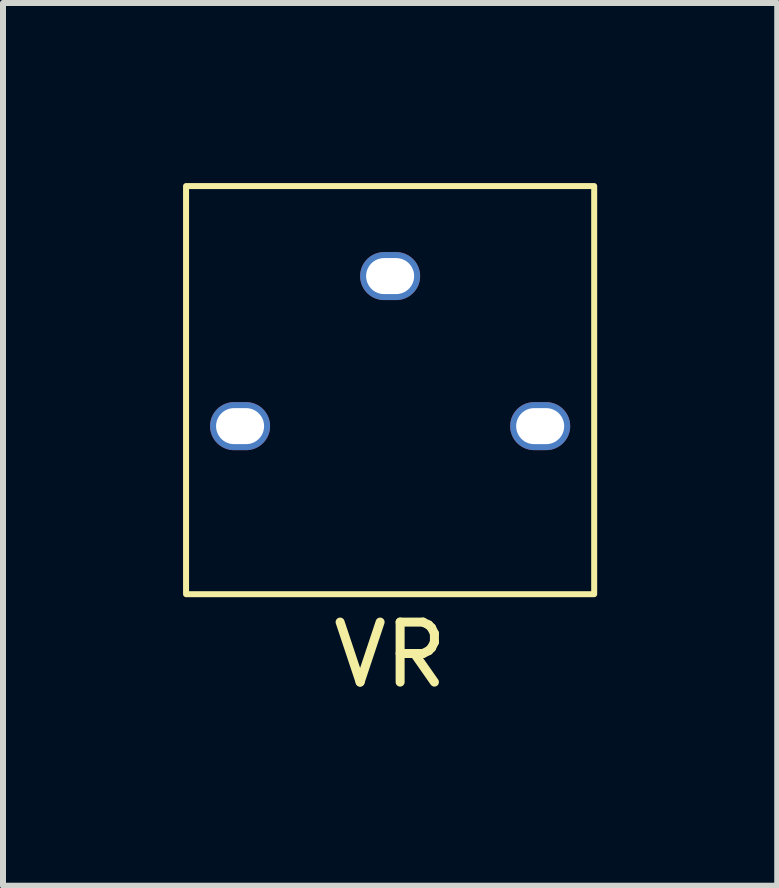
<source format=kicad_pcb>
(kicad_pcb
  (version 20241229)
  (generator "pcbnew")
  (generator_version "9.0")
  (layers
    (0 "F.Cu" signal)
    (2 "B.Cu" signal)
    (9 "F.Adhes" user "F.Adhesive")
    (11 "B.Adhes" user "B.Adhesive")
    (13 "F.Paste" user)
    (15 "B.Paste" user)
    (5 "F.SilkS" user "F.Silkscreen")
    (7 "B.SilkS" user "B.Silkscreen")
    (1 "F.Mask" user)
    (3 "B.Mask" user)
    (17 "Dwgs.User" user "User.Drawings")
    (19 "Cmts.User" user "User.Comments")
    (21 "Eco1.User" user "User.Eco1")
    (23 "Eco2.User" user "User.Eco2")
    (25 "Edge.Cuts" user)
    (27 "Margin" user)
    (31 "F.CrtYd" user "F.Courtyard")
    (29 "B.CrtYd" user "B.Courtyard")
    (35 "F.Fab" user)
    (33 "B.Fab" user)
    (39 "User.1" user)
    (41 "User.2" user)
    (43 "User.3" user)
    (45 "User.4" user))
  (footprint "VR"
    (layer "F.Cu")
    (at 3.45 4.05)
    (property "Reference" "VR" (at 0 3.81 0) (unlocked yes) (layer "F.SilkS") (effects (font (size 1 1) (thickness 0.15))))
    (attr through_hole)
    (fp_rect (start -3.4 -4) (end 3.4 2.8) (stroke (width 0.1) (type default)) (fill no) (layer "F.SilkS"))
    (pad "A" thru_hole oval (at -2.5 0) (size 1 0.8) (drill oval 0.8 0.6) (layers "*.Cu" "*.Mask"))
    (pad "B" thru_hole oval (at 2.5 0) (size 1 0.8) (drill oval 0.8 0.6) (layers "*.Cu" "*.Mask"))
    (pad "C" thru_hole oval (at 0 -2.5) (size 1 0.8) (drill oval 0.8 0.6) (layers "*.Cu" "*.Mask")))
  (gr_rect
    (start -3 -3)
    (end 9.9 11.708)
    (stroke (width 0.1) (type default))
    (fill no)
    (layer "Edge.Cuts")))
</source>
